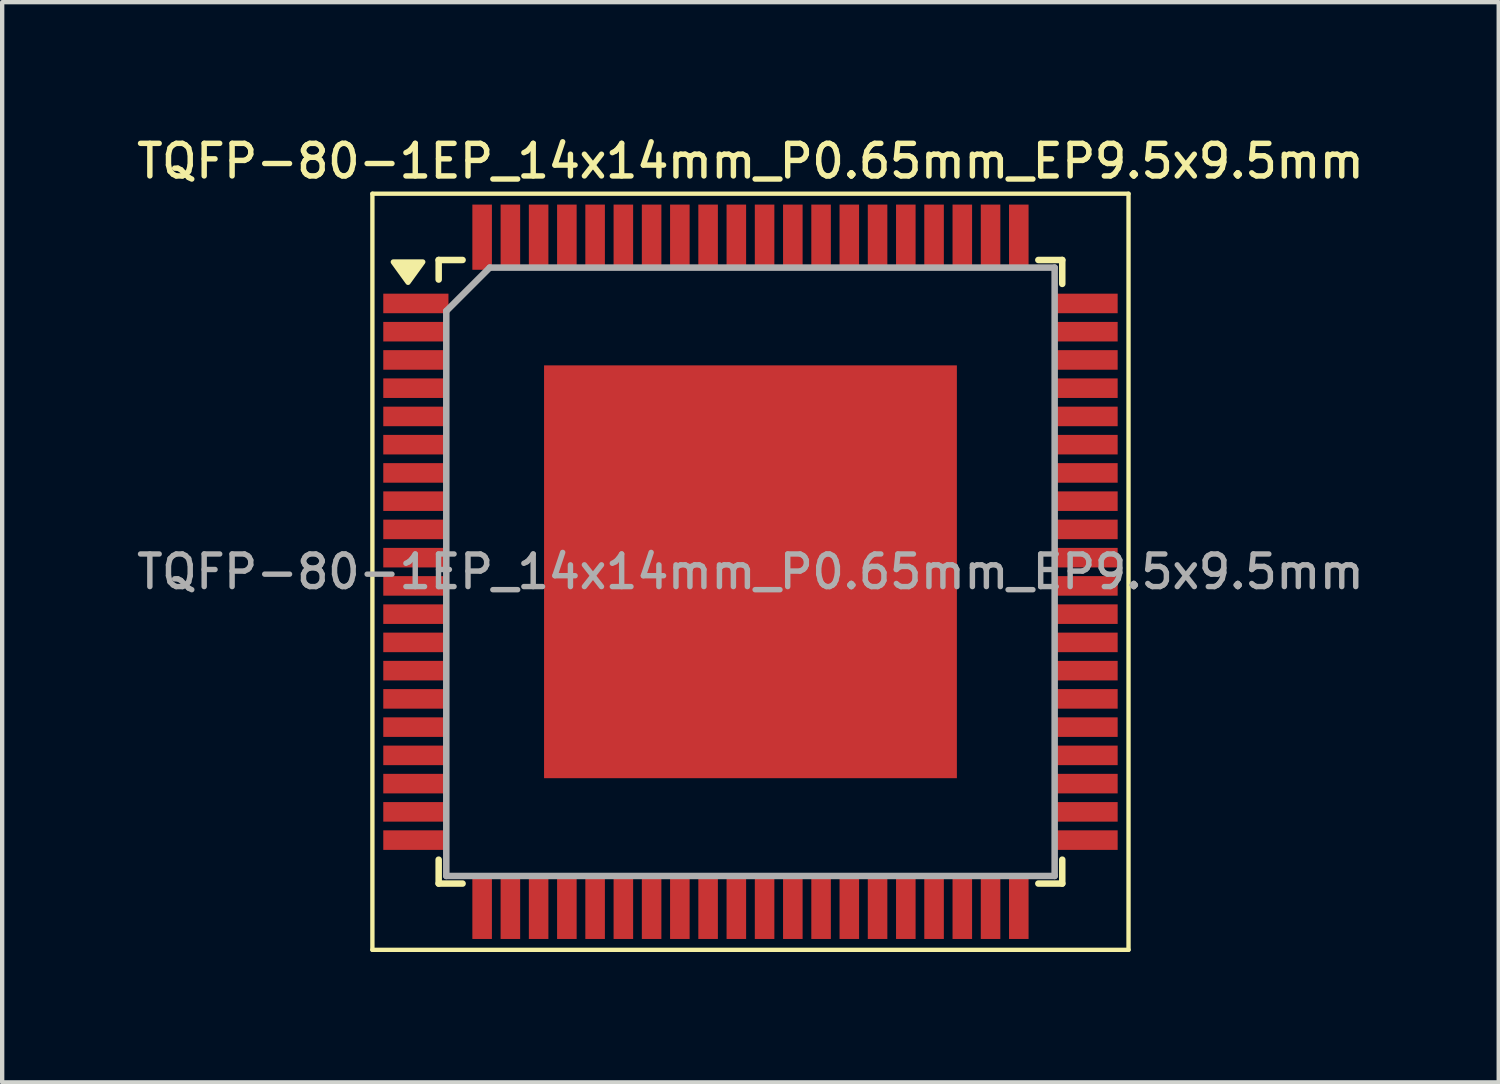
<source format=kicad_pcb>
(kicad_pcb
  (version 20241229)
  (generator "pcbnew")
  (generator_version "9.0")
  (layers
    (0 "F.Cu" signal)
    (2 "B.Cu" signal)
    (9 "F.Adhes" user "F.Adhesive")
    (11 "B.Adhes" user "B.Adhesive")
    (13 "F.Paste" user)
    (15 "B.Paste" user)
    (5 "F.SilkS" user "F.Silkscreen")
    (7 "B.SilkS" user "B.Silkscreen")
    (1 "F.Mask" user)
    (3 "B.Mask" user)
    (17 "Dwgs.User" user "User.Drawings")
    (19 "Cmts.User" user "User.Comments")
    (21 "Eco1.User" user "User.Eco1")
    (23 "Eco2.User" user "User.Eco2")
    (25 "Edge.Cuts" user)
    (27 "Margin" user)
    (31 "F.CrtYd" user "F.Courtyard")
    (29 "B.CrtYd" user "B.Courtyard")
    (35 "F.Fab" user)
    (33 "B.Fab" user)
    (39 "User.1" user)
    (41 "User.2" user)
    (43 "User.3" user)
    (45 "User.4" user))
  (footprint "TQFP-80-1EP_14x14mm_P0.65mm_EP9.5x9.5mm"
    (layer "F.Cu")
    (at 14.22 10.108)
    (property "Reference" "TQFP-80-1EP_14x14mm_P0.65mm_EP9.5x9.5mm" (at 0 -9.45 0) (layer "F.SilkS") (effects (font (size 0.75 0.75) (thickness 0.125))))
    (attr smd)
    (fp_line (start -8.7 -8.7) (end -8.7 8.7) (stroke (width 0.1) (type solid)) (layer "F.SilkS"))
    (fp_line (start -8.7 -8.7) (end 8.7 -8.7) (stroke (width 0.1) (type solid)) (layer "F.SilkS"))
    (fp_line (start -8.7 8.7) (end 8.7 8.7) (stroke (width 0.1) (type solid)) (layer "F.SilkS"))
    (fp_line (start -7.175 -7.175) (end -7.175 -6.725) (stroke (width 0.15) (type solid)) (layer "F.SilkS"))
    (fp_line (start -7.175 -7.175) (end -6.625 -7.175) (stroke (width 0.15) (type solid)) (layer "F.SilkS"))
    (fp_line (start -7.175 7.175) (end -7.175 6.625) (stroke (width 0.15) (type solid)) (layer "F.SilkS"))
    (fp_line (start -7.175 7.175) (end -6.625 7.175) (stroke (width 0.15) (type solid)) (layer "F.SilkS"))
    (fp_line (start 7.175 -7.175) (end 6.625 -7.175) (stroke (width 0.15) (type solid)) (layer "F.SilkS"))
    (fp_line (start 7.175 -7.175) (end 7.175 -6.625) (stroke (width 0.15) (type solid)) (layer "F.SilkS"))
    (fp_line (start 7.175 7.175) (end 6.625 7.175) (stroke (width 0.15) (type solid)) (layer "F.SilkS"))
    (fp_line (start 7.175 7.175) (end 7.175 6.625) (stroke (width 0.15) (type solid)) (layer "F.SilkS"))
    (fp_line (start 8.7 -8.7) (end 8.7 8.7) (stroke (width 0.1) (type solid)) (layer "F.SilkS"))
    (fp_poly (pts (xy -7.88 -6.66) (xy -8.22 -7.13) (xy -7.54 -7.13) (xy -7.88 -6.66)) (stroke (width 0.12) (type solid)) (fill yes) (layer "F.SilkS"))
    (fp_line (start -7 -6) (end -6 -7) (stroke (width 0.15) (type solid)) (layer "F.Fab"))
    (fp_line (start -7 7) (end -7 -6) (stroke (width 0.15) (type solid)) (layer "F.Fab"))
    (fp_line (start -6 -7) (end 7 -7) (stroke (width 0.15) (type solid)) (layer "F.Fab"))
    (fp_line (start 7 -7) (end 7 7) (stroke (width 0.15) (type solid)) (layer "F.Fab"))
    (fp_line (start 7 7) (end -7 7) (stroke (width 0.15) (type solid)) (layer "F.Fab"))
    (fp_text user "${REFERENCE}" (at 0 0 0) (layer "F.Fab") (effects (font (size 0.75 0.75) (thickness 0.125))))
    (pad "" smd rect (at -2.375 -2.375) (size 3.8 3.8) (layers "F.Paste"))
    (pad "" smd rect (at -2.375 2.375) (size 3.8 3.8) (layers "F.Paste"))
    (pad "" smd rect (at 2.375 -2.375) (size 3.8 3.8) (layers "F.Paste"))
    (pad "" smd rect (at 2.375 2.375) (size 3.8 3.8) (layers "F.Paste"))
    (pad "1" smd rect (at -7.7 -6.175) (size 1.5 0.45) (layers "F.Cu" "F.Mask" "F.Paste"))
    (pad "2" smd rect (at -7.7 -5.525) (size 1.5 0.45) (layers "F.Cu" "F.Mask" "F.Paste"))
    (pad "3" smd rect (at -7.7 -4.875) (size 1.5 0.45) (layers "F.Cu" "F.Mask" "F.Paste"))
    (pad "4" smd rect (at -7.7 -4.225) (size 1.5 0.45) (layers "F.Cu" "F.Mask" "F.Paste"))
    (pad "5" smd rect (at -7.7 -3.575) (size 1.5 0.45) (layers "F.Cu" "F.Mask" "F.Paste"))
    (pad "6" smd rect (at -7.7 -2.925) (size 1.5 0.45) (layers "F.Cu" "F.Mask" "F.Paste"))
    (pad "7" smd rect (at -7.7 -2.275) (size 1.5 0.45) (layers "F.Cu" "F.Mask" "F.Paste"))
    (pad "8" smd rect (at -7.7 -1.625) (size 1.5 0.45) (layers "F.Cu" "F.Mask" "F.Paste"))
    (pad "9" smd rect (at -7.7 -0.975) (size 1.5 0.45) (layers "F.Cu" "F.Mask" "F.Paste"))
    (pad "10" smd rect (at -7.7 -0.325) (size 1.5 0.45) (layers "F.Cu" "F.Mask" "F.Paste"))
    (pad "11" smd rect (at -7.7 0.325) (size 1.5 0.45) (layers "F.Cu" "F.Mask" "F.Paste"))
    (pad "12" smd rect (at -7.7 0.975) (size 1.5 0.45) (layers "F.Cu" "F.Mask" "F.Paste"))
    (pad "13" smd rect (at -7.7 1.625) (size 1.5 0.45) (layers "F.Cu" "F.Mask" "F.Paste"))
    (pad "14" smd rect (at -7.7 2.275) (size 1.5 0.45) (layers "F.Cu" "F.Mask" "F.Paste"))
    (pad "15" smd rect (at -7.7 2.925) (size 1.5 0.45) (layers "F.Cu" "F.Mask" "F.Paste"))
    (pad "16" smd rect (at -7.7 3.575) (size 1.5 0.45) (layers "F.Cu" "F.Mask" "F.Paste"))
    (pad "17" smd rect (at -7.7 4.225) (size 1.5 0.45) (layers "F.Cu" "F.Mask" "F.Paste"))
    (pad "18" smd rect (at -7.7 4.875) (size 1.5 0.45) (layers "F.Cu" "F.Mask" "F.Paste"))
    (pad "19" smd rect (at -7.7 5.525) (size 1.5 0.45) (layers "F.Cu" "F.Mask" "F.Paste"))
    (pad "20" smd rect (at -7.7 6.175) (size 1.5 0.45) (layers "F.Cu" "F.Mask" "F.Paste"))
    (pad "21" smd rect (at -6.175 7.7 90) (size 1.5 0.45) (layers "F.Cu" "F.Mask" "F.Paste"))
    (pad "22" smd rect (at -5.525 7.7 90) (size 1.5 0.45) (layers "F.Cu" "F.Mask" "F.Paste"))
    (pad "23" smd rect (at -4.875 7.7 90) (size 1.5 0.45) (layers "F.Cu" "F.Mask" "F.Paste"))
    (pad "24" smd rect (at -4.225 7.7 90) (size 1.5 0.45) (layers "F.Cu" "F.Mask" "F.Paste"))
    (pad "25" smd rect (at -3.575 7.7 90) (size 1.5 0.45) (layers "F.Cu" "F.Mask" "F.Paste"))
    (pad "26" smd rect (at -2.925 7.7 90) (size 1.5 0.45) (layers "F.Cu" "F.Mask" "F.Paste"))
    (pad "27" smd rect (at -2.275 7.7 90) (size 1.5 0.45) (layers "F.Cu" "F.Mask" "F.Paste"))
    (pad "28" smd rect (at -1.625 7.7 90) (size 1.5 0.45) (layers "F.Cu" "F.Mask" "F.Paste"))
    (pad "29" smd rect (at -0.975 7.7 90) (size 1.5 0.45) (layers "F.Cu" "F.Mask" "F.Paste"))
    (pad "30" smd rect (at -0.325 7.7 90) (size 1.5 0.45) (layers "F.Cu" "F.Mask" "F.Paste"))
    (pad "31" smd rect (at 0.325 7.7 90) (size 1.5 0.45) (layers "F.Cu" "F.Mask" "F.Paste"))
    (pad "32" smd rect (at 0.975 7.7 90) (size 1.5 0.45) (layers "F.Cu" "F.Mask" "F.Paste"))
    (pad "33" smd rect (at 1.625 7.7 90) (size 1.5 0.45) (layers "F.Cu" "F.Mask" "F.Paste"))
    (pad "34" smd rect (at 2.275 7.7 90) (size 1.5 0.45) (layers "F.Cu" "F.Mask" "F.Paste"))
    (pad "35" smd rect (at 2.925 7.7 90) (size 1.5 0.45) (layers "F.Cu" "F.Mask" "F.Paste"))
    (pad "36" smd rect (at 3.575 7.7 90) (size 1.5 0.45) (layers "F.Cu" "F.Mask" "F.Paste"))
    (pad "37" smd rect (at 4.225 7.7 90) (size 1.5 0.45) (layers "F.Cu" "F.Mask" "F.Paste"))
    (pad "38" smd rect (at 4.875 7.7 90) (size 1.5 0.45) (layers "F.Cu" "F.Mask" "F.Paste"))
    (pad "39" smd rect (at 5.525 7.7 90) (size 1.5 0.45) (layers "F.Cu" "F.Mask" "F.Paste"))
    (pad "40" smd rect (at 6.175 7.7 90) (size 1.5 0.45) (layers "F.Cu" "F.Mask" "F.Paste"))
    (pad "41" smd rect (at 7.7 6.175) (size 1.5 0.45) (layers "F.Cu" "F.Mask" "F.Paste"))
    (pad "42" smd rect (at 7.7 5.525) (size 1.5 0.45) (layers "F.Cu" "F.Mask" "F.Paste"))
    (pad "43" smd rect (at 7.7 4.875) (size 1.5 0.45) (layers "F.Cu" "F.Mask" "F.Paste"))
    (pad "44" smd rect (at 7.7 4.225) (size 1.5 0.45) (layers "F.Cu" "F.Mask" "F.Paste"))
    (pad "45" smd rect (at 7.7 3.575) (size 1.5 0.45) (layers "F.Cu" "F.Mask" "F.Paste"))
    (pad "46" smd rect (at 7.7 2.925) (size 1.5 0.45) (layers "F.Cu" "F.Mask" "F.Paste"))
    (pad "47" smd rect (at 7.7 2.275) (size 1.5 0.45) (layers "F.Cu" "F.Mask" "F.Paste"))
    (pad "48" smd rect (at 7.7 1.625) (size 1.5 0.45) (layers "F.Cu" "F.Mask" "F.Paste"))
    (pad "49" smd rect (at 7.7 0.975) (size 1.5 0.45) (layers "F.Cu" "F.Mask" "F.Paste"))
    (pad "50" smd rect (at 7.7 0.325) (size 1.5 0.45) (layers "F.Cu" "F.Mask" "F.Paste"))
    (pad "51" smd rect (at 7.7 -0.325) (size 1.5 0.45) (layers "F.Cu" "F.Mask" "F.Paste"))
    (pad "52" smd rect (at 7.7 -0.975) (size 1.5 0.45) (layers "F.Cu" "F.Mask" "F.Paste"))
    (pad "53" smd rect (at 7.7 -1.625) (size 1.5 0.45) (layers "F.Cu" "F.Mask" "F.Paste"))
    (pad "54" smd rect (at 7.7 -2.275) (size 1.5 0.45) (layers "F.Cu" "F.Mask" "F.Paste"))
    (pad "55" smd rect (at 7.7 -2.925) (size 1.5 0.45) (layers "F.Cu" "F.Mask" "F.Paste"))
    (pad "56" smd rect (at 7.7 -3.575) (size 1.5 0.45) (layers "F.Cu" "F.Mask" "F.Paste"))
    (pad "57" smd rect (at 7.7 -4.225) (size 1.5 0.45) (layers "F.Cu" "F.Mask" "F.Paste"))
    (pad "58" smd rect (at 7.7 -4.875) (size 1.5 0.45) (layers "F.Cu" "F.Mask" "F.Paste"))
    (pad "59" smd rect (at 7.7 -5.525) (size 1.5 0.45) (layers "F.Cu" "F.Mask" "F.Paste"))
    (pad "60" smd rect (at 7.7 -6.175) (size 1.5 0.45) (layers "F.Cu" "F.Mask" "F.Paste"))
    (pad "61" smd rect (at 6.175 -7.7 90) (size 1.5 0.45) (layers "F.Cu" "F.Mask" "F.Paste"))
    (pad "62" smd rect (at 5.525 -7.7 90) (size 1.5 0.45) (layers "F.Cu" "F.Mask" "F.Paste"))
    (pad "63" smd rect (at 4.875 -7.7 90) (size 1.5 0.45) (layers "F.Cu" "F.Mask" "F.Paste"))
    (pad "64" smd rect (at 4.225 -7.7 90) (size 1.5 0.45) (layers "F.Cu" "F.Mask" "F.Paste"))
    (pad "65" smd rect (at 3.575 -7.7 90) (size 1.5 0.45) (layers "F.Cu" "F.Mask" "F.Paste"))
    (pad "66" smd rect (at 2.925 -7.7 90) (size 1.5 0.45) (layers "F.Cu" "F.Mask" "F.Paste"))
    (pad "67" smd rect (at 2.275 -7.7 90) (size 1.5 0.45) (layers "F.Cu" "F.Mask" "F.Paste"))
    (pad "68" smd rect (at 1.625 -7.7 90) (size 1.5 0.45) (layers "F.Cu" "F.Mask" "F.Paste"))
    (pad "69" smd rect (at 0.975 -7.7 90) (size 1.5 0.45) (layers "F.Cu" "F.Mask" "F.Paste"))
    (pad "70" smd rect (at 0.325 -7.7 90) (size 1.5 0.45) (layers "F.Cu" "F.Mask" "F.Paste"))
    (pad "71" smd rect (at -0.325 -7.7 90) (size 1.5 0.45) (layers "F.Cu" "F.Mask" "F.Paste"))
    (pad "72" smd rect (at -0.975 -7.7 90) (size 1.5 0.45) (layers "F.Cu" "F.Mask" "F.Paste"))
    (pad "73" smd rect (at -1.625 -7.7 90) (size 1.5 0.45) (layers "F.Cu" "F.Mask" "F.Paste"))
    (pad "74" smd rect (at -2.275 -7.7 90) (size 1.5 0.45) (layers "F.Cu" "F.Mask" "F.Paste"))
    (pad "75" smd rect (at -2.925 -7.7 90) (size 1.5 0.45) (layers "F.Cu" "F.Mask" "F.Paste"))
    (pad "76" smd rect (at -3.575 -7.7 90) (size 1.5 0.45) (layers "F.Cu" "F.Mask" "F.Paste"))
    (pad "77" smd rect (at -4.225 -7.7 90) (size 1.5 0.45) (layers "F.Cu" "F.Mask" "F.Paste"))
    (pad "78" smd rect (at -4.875 -7.7 90) (size 1.5 0.45) (layers "F.Cu" "F.Mask" "F.Paste"))
    (pad "79" smd rect (at -5.525 -7.7 90) (size 1.5 0.45) (layers "F.Cu" "F.Mask" "F.Paste"))
    (pad "80" smd rect (at -6.175 -7.7 90) (size 1.5 0.45) (layers "F.Cu" "F.Mask" "F.Paste"))
    (pad "81" smd rect (at 0 0) (size 9.5 9.5) (layers "F.Cu" "F.Mask")))
  (gr_rect
    (start -3 -3)
    (end 31.439 21.858)
    (stroke (width 0.1) (type default))
    (fill no)
    (layer "Edge.Cuts")))
</source>
